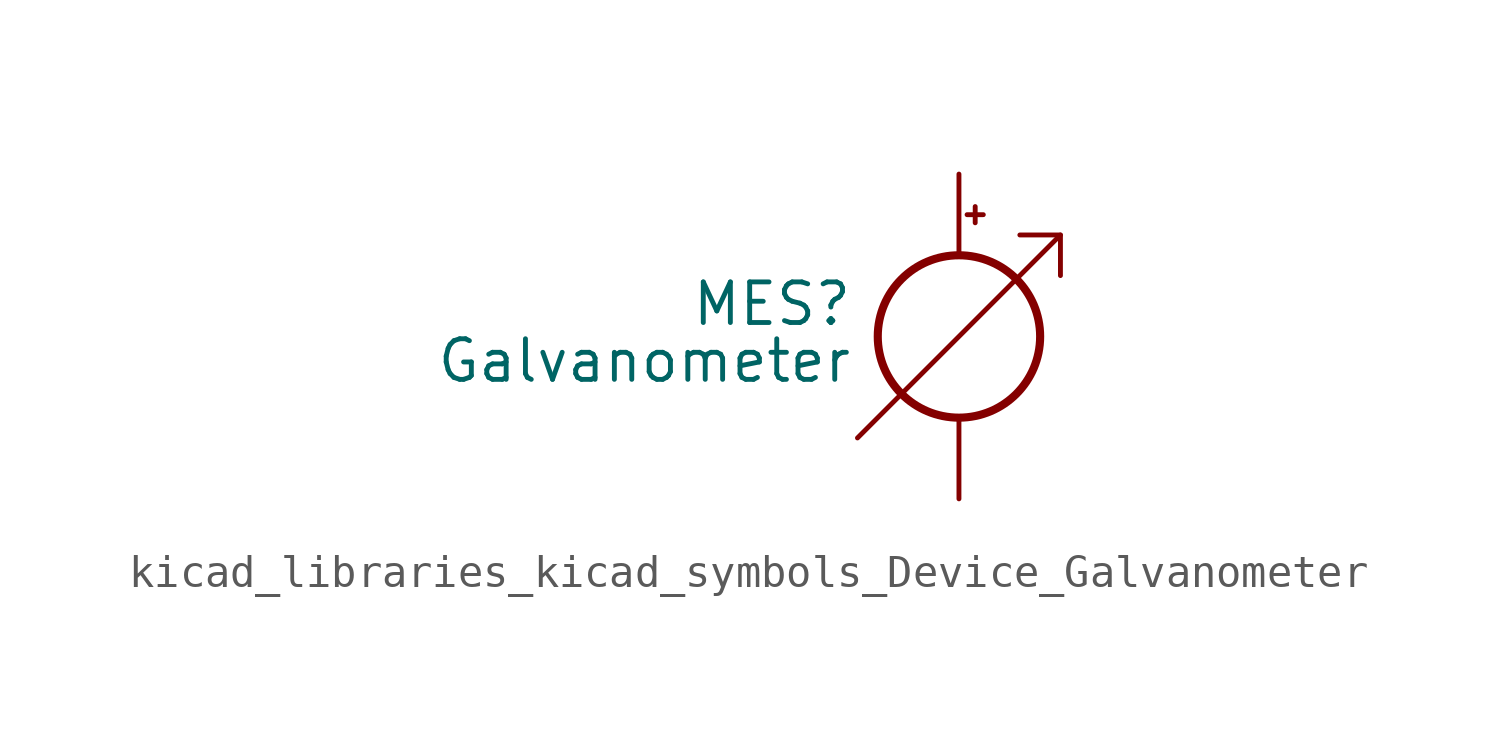
<source format=kicad_sym>
(kicad_symbol_lib
  (version 20220914)
  (generator kicad_symbol_editor)
  (symbol "kicad_libraries_kicad_symbols_Device_Galvanometer"
    (pin_numbers hide)
    (pin_names
      (offset 0.025) hide)
    (property "Reference" "MES"
      (at -3.302 1.016 0)
      (effects (font (size 1.27 1.27)) (justify right)))
    (property "Value" "Galvanometer"
      (at -3.302 -0.762 0)
      (effects (font (size 1.27 1.27)) (justify right)))
    (symbol "kicad_libraries_kicad_symbols_Device_Galvanometer_0_0"
      (polyline (pts (xy -3.175 -3.175) (xy 3.175 3.175)) (stroke (width 0) (type default)) (fill (type none)))
      (polyline (pts (xy 1.905 3.175) (xy 3.175 3.175) (xy 3.175 1.905)) (stroke (width 0) (type default)) (fill (type none))))
    (symbol "kicad_libraries_kicad_symbols_Device_Galvanometer_0_1"
      (polyline (pts (xy 0.254 3.81) (xy 0.762 3.81)) (stroke (width 0) (type default)) (fill (type none)))
      (polyline (pts (xy 0.508 4.064) (xy 0.508 3.556)) (stroke (width 0) (type default)) (fill (type none)))
      (circle (center 0 0) (radius 2.54) (stroke (width 0.254) (type default)) (fill (type none))))
    (symbol "kicad_libraries_kicad_symbols_Device_Galvanometer_1_1"
      (pin passive line (at 0 -5.08 90) (length 2.54) (name "-" (effects (font (size 1.27 1.27)))) (number "1" (effects (font (size 1.27 1.27)))))
      (pin passive line (at 0 5.08 270) (length 2.54) (name "+" (effects (font (size 1.27 1.27)))) (number "2" (effects (font (size 1.27 1.27))))))))
</source>
